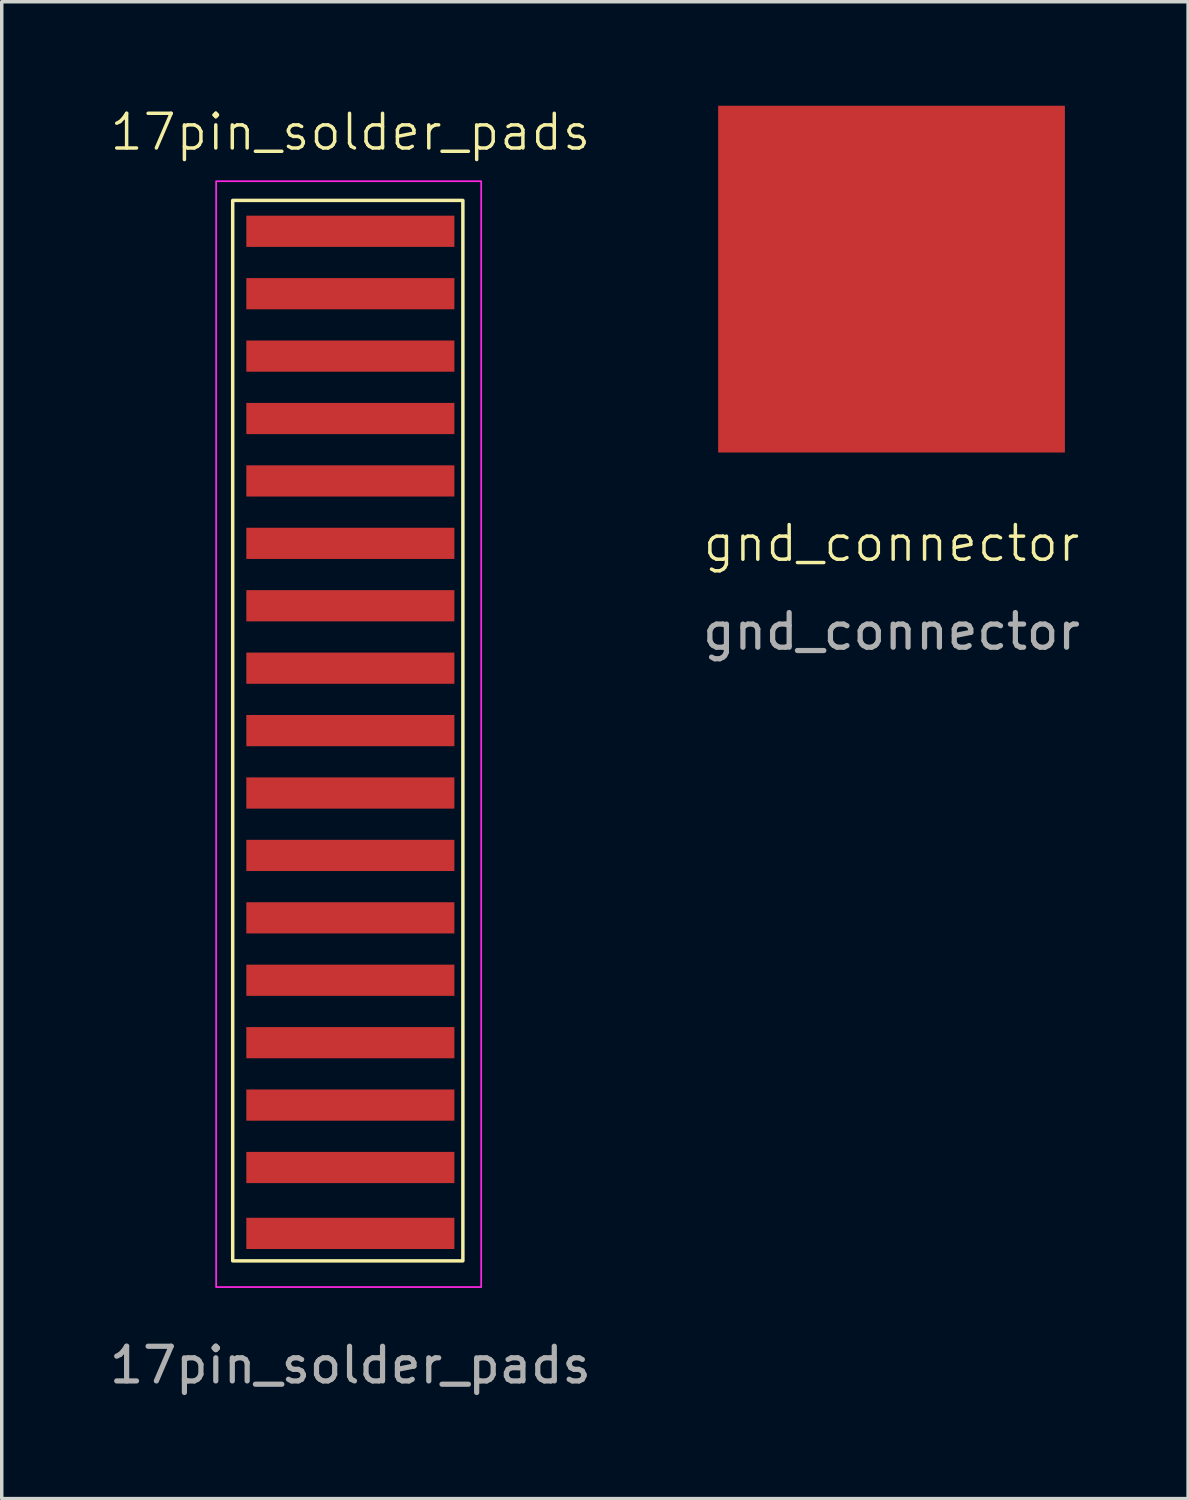
<source format=kicad_pcb>
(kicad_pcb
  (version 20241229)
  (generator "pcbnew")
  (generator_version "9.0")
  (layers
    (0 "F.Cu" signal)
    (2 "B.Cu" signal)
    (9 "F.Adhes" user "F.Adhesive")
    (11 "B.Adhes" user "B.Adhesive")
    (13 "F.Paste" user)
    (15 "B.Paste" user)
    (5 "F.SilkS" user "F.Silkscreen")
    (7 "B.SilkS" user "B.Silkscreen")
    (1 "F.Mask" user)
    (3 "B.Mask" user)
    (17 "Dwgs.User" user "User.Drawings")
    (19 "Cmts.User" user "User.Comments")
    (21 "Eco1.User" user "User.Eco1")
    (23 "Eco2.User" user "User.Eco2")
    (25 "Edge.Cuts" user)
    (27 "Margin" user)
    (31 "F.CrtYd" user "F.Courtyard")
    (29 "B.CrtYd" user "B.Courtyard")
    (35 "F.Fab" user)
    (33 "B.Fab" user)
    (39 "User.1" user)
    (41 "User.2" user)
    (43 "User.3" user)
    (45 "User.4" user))
  (footprint "17pin_solder_pads"
    (layer "F.Cu")
    (at 3.183 34.069)
    (property "Reference" "17pin_solder_pads" (at 3.871 -33.309 0) (unlocked yes) (layer "F.SilkS") (effects (font (size 1 1) (thickness 0.1))))
    (attr smd)
    (fp_rect (start 0.478 -31.339) (end 7.116 -0.757) (stroke (width 0.1) (type solid)) (fill no) (layer "F.SilkS"))
    (fp_rect (start 0 -31.894) (end 7.644 0) (stroke (width 0.05) (type default)) (fill no) (layer "F.CrtYd"))
    (fp_text user "${REFERENCE}" (at 3.871 2.251 0) (unlocked yes) (layer "F.Fab") (effects (font (size 1 1) (thickness 0.15))))
    (pad "1" smd rect (at 3.871 -30.449) (size 6 0.9) (layers "F.Cu" "F.Mask"))
    (pad "2" smd rect (at 3.871 -28.649) (size 6 0.9) (layers "F.Cu" "F.Mask"))
    (pad "3" smd rect (at 3.871 -26.849) (size 6 0.9) (layers "F.Cu" "F.Mask"))
    (pad "4" smd rect (at 3.871 -25.049) (size 6 0.9) (layers "F.Cu" "F.Mask"))
    (pad "5" smd rect (at 3.871 -23.249) (size 6 0.9) (layers "F.Cu" "F.Mask"))
    (pad "6" smd rect (at 3.871 -21.449) (size 6 0.9) (layers "F.Cu" "F.Mask"))
    (pad "7" smd rect (at 3.871 -19.649) (size 6 0.9) (layers "F.Cu" "F.Mask"))
    (pad "8" smd rect (at 3.871 -17.849) (size 6 0.9) (layers "F.Cu" "F.Mask"))
    (pad "9" smd rect (at 3.871 -16.049) (size 6 0.9) (layers "F.Cu" "F.Mask"))
    (pad "10" smd rect (at 3.871 -14.249) (size 6 0.9) (layers "F.Cu" "F.Mask"))
    (pad "11" smd rect (at 3.871 -12.449) (size 6 0.9) (layers "F.Cu" "F.Mask"))
    (pad "12" smd rect (at 3.871 -10.649) (size 6 0.9) (layers "F.Cu" "F.Mask"))
    (pad "13" smd rect (at 3.871 -8.849) (size 6 0.9) (layers "F.Cu" "F.Mask"))
    (pad "14" smd rect (at 3.871 -7.049) (size 6 0.9) (layers "F.Cu" "F.Mask"))
    (pad "15" smd rect (at 3.871 -5.249) (size 6 0.9) (layers "F.Cu" "F.Mask"))
    (pad "16" smd rect (at 3.871 -3.449) (size 6 0.9) (layers "F.Cu" "F.Mask"))
    (pad "17" smd rect (at 3.871 -1.549) (size 6 0.9) (layers "F.Cu" "F.Mask")))
  (footprint "gnd_connector"
    (layer "F.Cu")
    (at 22.661 5)
    (property "Reference" "gnd_connector" (at 0 7.62 0) (unlocked yes) (layer "F.SilkS") (effects (font (size 1 1) (thickness 0.1))))
    (attr smd)
    (fp_text user "${REFERENCE}" (at 0 10.16 0) (unlocked yes) (layer "F.Fab") (effects (font (size 1 1) (thickness 0.15))))
    (pad "1" smd rect (at 0 0) (size 10 10) (layers "F.Cu" "F.Mask")))
  (gr_rect
    (start -3 -3)
    (end 31.214 40.169)
    (stroke (width 0.1) (type default))
    (fill no)
    (layer "Edge.Cuts")))
</source>
